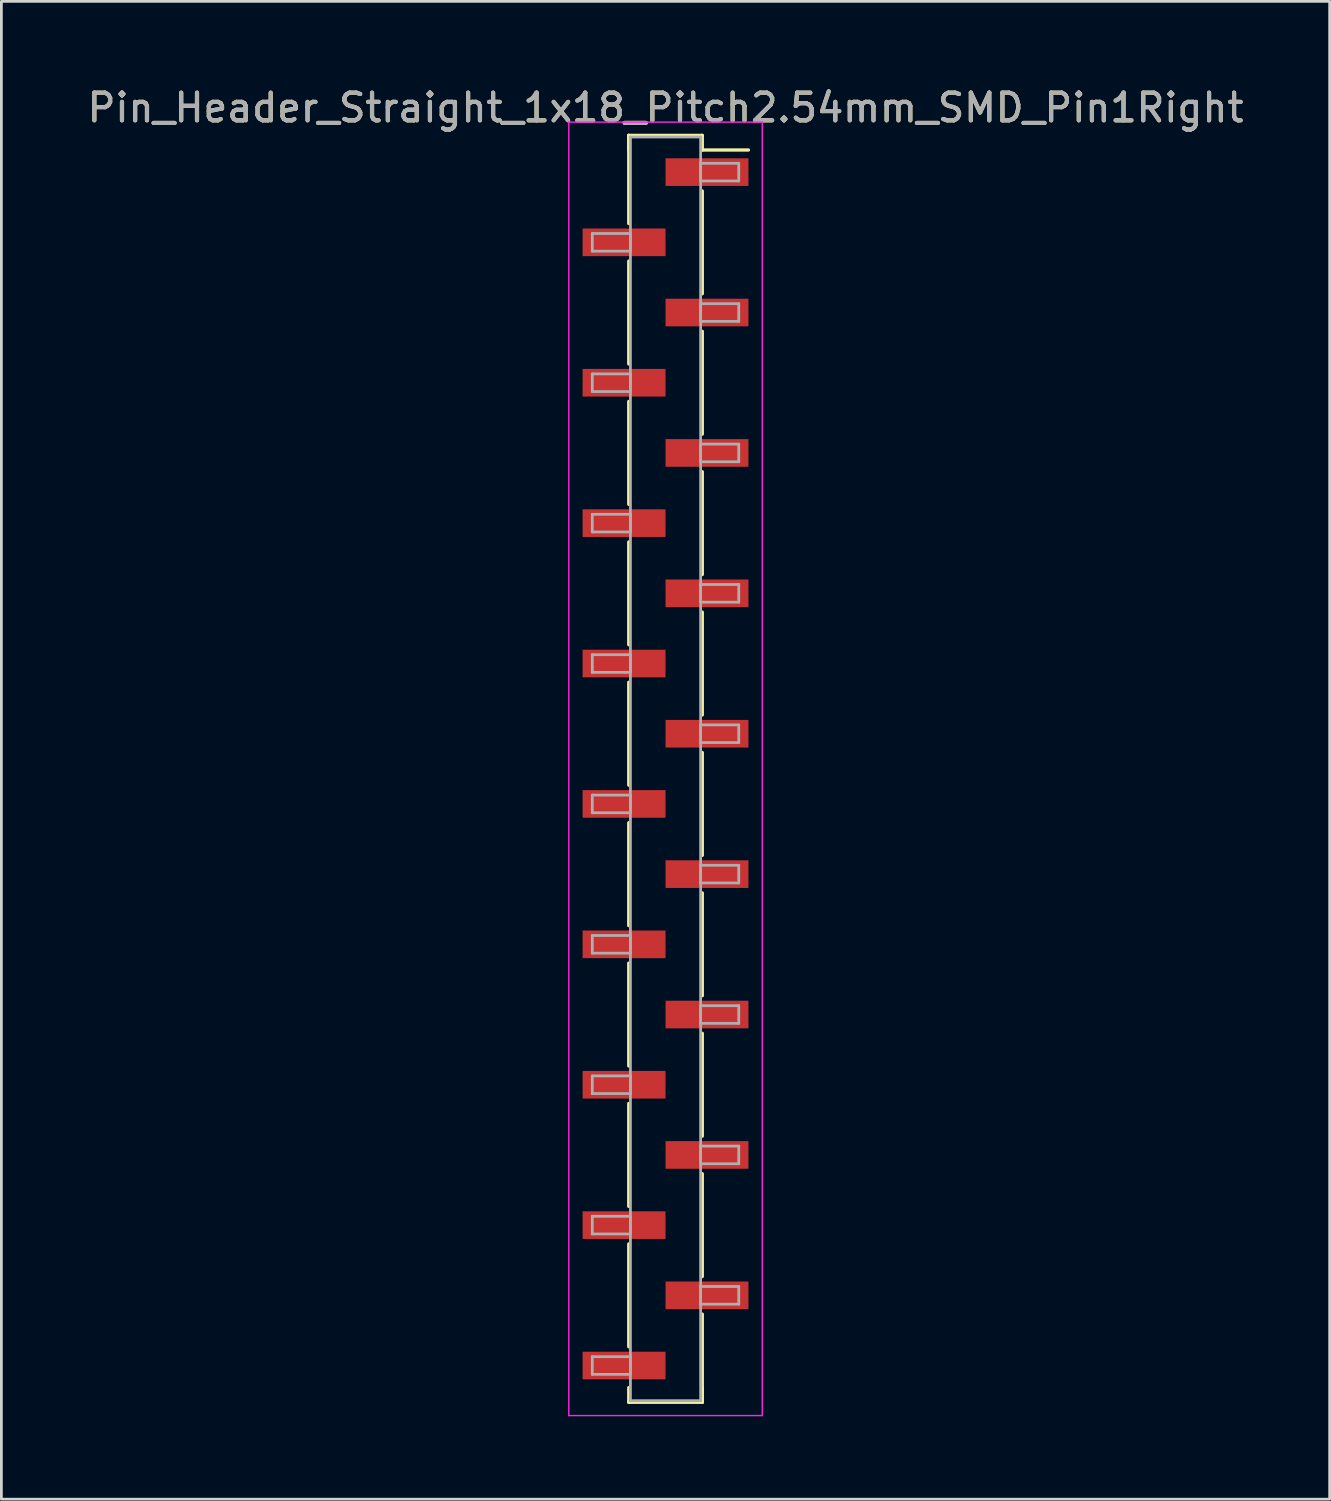
<source format=kicad_pcb>
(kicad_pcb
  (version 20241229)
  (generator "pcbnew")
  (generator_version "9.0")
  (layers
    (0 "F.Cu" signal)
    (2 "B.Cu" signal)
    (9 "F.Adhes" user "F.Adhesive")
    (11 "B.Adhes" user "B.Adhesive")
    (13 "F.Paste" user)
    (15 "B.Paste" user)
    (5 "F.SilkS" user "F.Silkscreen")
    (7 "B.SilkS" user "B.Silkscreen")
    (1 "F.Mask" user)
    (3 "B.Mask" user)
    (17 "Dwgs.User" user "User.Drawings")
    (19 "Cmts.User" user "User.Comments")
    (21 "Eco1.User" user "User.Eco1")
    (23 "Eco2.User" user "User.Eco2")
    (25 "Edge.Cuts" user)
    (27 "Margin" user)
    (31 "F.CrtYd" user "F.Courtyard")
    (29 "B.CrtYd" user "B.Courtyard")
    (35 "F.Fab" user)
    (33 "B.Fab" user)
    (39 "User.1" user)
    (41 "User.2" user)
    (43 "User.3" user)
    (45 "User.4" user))
  (footprint "Pin_Header_Straight_1x18_Pitch2.54mm_SMD_Pin1Right"
    (layer "F.Cu")
    (at 21.03 24.768)
    (property "Reference" "Pin_Header_Straight_1x18_Pitch2.54mm_SMD_Pin1Right" (at 0 -23.92 0) (layer "F.SilkS") (effects (font (size 1 1) (thickness 0.15))))
    (attr smd)
    (fp_line (start -1.33 -22.92) (end -1.33 -19.73) (stroke (width 0.12) (type solid)) (layer "F.SilkS"))
    (fp_line (start -1.33 -22.92) (end 1.33 -22.92) (stroke (width 0.12) (type solid)) (layer "F.SilkS"))
    (fp_line (start -1.33 -22.39) (end -1.33 -22.92) (stroke (width 0.12) (type solid)) (layer "F.SilkS"))
    (fp_line (start -1.33 -18.37) (end -1.33 -14.65) (stroke (width 0.12) (type solid)) (layer "F.SilkS"))
    (fp_line (start -1.33 -13.29) (end -1.33 -9.57) (stroke (width 0.12) (type solid)) (layer "F.SilkS"))
    (fp_line (start -1.33 -8.21) (end -1.33 -4.49) (stroke (width 0.12) (type solid)) (layer "F.SilkS"))
    (fp_line (start -1.33 -3.13) (end -1.33 0.59) (stroke (width 0.12) (type solid)) (layer "F.SilkS"))
    (fp_line (start -1.33 1.95) (end -1.33 5.67) (stroke (width 0.12) (type solid)) (layer "F.SilkS"))
    (fp_line (start -1.33 7.03) (end -1.33 10.75) (stroke (width 0.12) (type solid)) (layer "F.SilkS"))
    (fp_line (start -1.33 12.11) (end -1.33 15.83) (stroke (width 0.12) (type solid)) (layer "F.SilkS"))
    (fp_line (start -1.33 17.19) (end -1.33 20.91) (stroke (width 0.12) (type solid)) (layer "F.SilkS"))
    (fp_line (start -1.33 22.39) (end -1.33 22.92) (stroke (width 0.12) (type solid)) (layer "F.SilkS"))
    (fp_line (start -1.33 22.92) (end 1.33 22.92) (stroke (width 0.12) (type solid)) (layer "F.SilkS"))
    (fp_line (start 1.33 -22.92) (end 1.33 -22.39) (stroke (width 0.12) (type solid)) (layer "F.SilkS"))
    (fp_line (start 1.33 -22.39) (end 3 -22.39) (stroke (width 0.12) (type solid)) (layer "F.SilkS"))
    (fp_line (start 1.33 -20.91) (end 1.33 -17.19) (stroke (width 0.12) (type solid)) (layer "F.SilkS"))
    (fp_line (start 1.33 -15.83) (end 1.33 -12.11) (stroke (width 0.12) (type solid)) (layer "F.SilkS"))
    (fp_line (start 1.33 -10.75) (end 1.33 -7.03) (stroke (width 0.12) (type solid)) (layer "F.SilkS"))
    (fp_line (start 1.33 -5.67) (end 1.33 -1.95) (stroke (width 0.12) (type solid)) (layer "F.SilkS"))
    (fp_line (start 1.33 -0.59) (end 1.33 3.13) (stroke (width 0.12) (type solid)) (layer "F.SilkS"))
    (fp_line (start 1.33 4.49) (end 1.33 8.21) (stroke (width 0.12) (type solid)) (layer "F.SilkS"))
    (fp_line (start 1.33 9.57) (end 1.33 13.29) (stroke (width 0.12) (type solid)) (layer "F.SilkS"))
    (fp_line (start 1.33 14.65) (end 1.33 18.37) (stroke (width 0.12) (type solid)) (layer "F.SilkS"))
    (fp_line (start 1.33 19.73) (end 1.33 22.92) (stroke (width 0.12) (type solid)) (layer "F.SilkS"))
    (fp_line (start 1.33 22.92) (end 1.33 22.39) (stroke (width 0.12) (type solid)) (layer "F.SilkS"))
    (fp_line (start -3.5 -23.4) (end -3.5 23.4) (stroke (width 0.05) (type solid)) (layer "F.CrtYd"))
    (fp_line (start -3.5 23.4) (end 3.5 23.4) (stroke (width 0.05) (type solid)) (layer "F.CrtYd"))
    (fp_line (start 3.5 -23.4) (end -3.5 -23.4) (stroke (width 0.05) (type solid)) (layer "F.CrtYd"))
    (fp_line (start 3.5 23.4) (end 3.5 -23.4) (stroke (width 0.05) (type solid)) (layer "F.CrtYd"))
    (fp_line (start -2.65 -19.37) (end -1.27 -19.37) (stroke (width 0.1) (type solid)) (layer "F.Fab"))
    (fp_line (start -2.65 -18.73) (end -2.65 -19.37) (stroke (width 0.1) (type solid)) (layer "F.Fab"))
    (fp_line (start -2.65 -14.29) (end -1.27 -14.29) (stroke (width 0.1) (type solid)) (layer "F.Fab"))
    (fp_line (start -2.65 -13.65) (end -2.65 -14.29) (stroke (width 0.1) (type solid)) (layer "F.Fab"))
    (fp_line (start -2.65 -9.21) (end -1.27 -9.21) (stroke (width 0.1) (type solid)) (layer "F.Fab"))
    (fp_line (start -2.65 -8.57) (end -2.65 -9.21) (stroke (width 0.1) (type solid)) (layer "F.Fab"))
    (fp_line (start -2.65 -4.13) (end -1.27 -4.13) (stroke (width 0.1) (type solid)) (layer "F.Fab"))
    (fp_line (start -2.65 -3.49) (end -2.65 -4.13) (stroke (width 0.1) (type solid)) (layer "F.Fab"))
    (fp_line (start -2.65 0.95) (end -1.27 0.95) (stroke (width 0.1) (type solid)) (layer "F.Fab"))
    (fp_line (start -2.65 1.59) (end -2.65 0.95) (stroke (width 0.1) (type solid)) (layer "F.Fab"))
    (fp_line (start -2.65 6.03) (end -1.27 6.03) (stroke (width 0.1) (type solid)) (layer "F.Fab"))
    (fp_line (start -2.65 6.67) (end -2.65 6.03) (stroke (width 0.1) (type solid)) (layer "F.Fab"))
    (fp_line (start -2.65 11.11) (end -1.27 11.11) (stroke (width 0.1) (type solid)) (layer "F.Fab"))
    (fp_line (start -2.65 11.75) (end -2.65 11.11) (stroke (width 0.1) (type solid)) (layer "F.Fab"))
    (fp_line (start -2.65 16.19) (end -1.27 16.19) (stroke (width 0.1) (type solid)) (layer "F.Fab"))
    (fp_line (start -2.65 16.83) (end -2.65 16.19) (stroke (width 0.1) (type solid)) (layer "F.Fab"))
    (fp_line (start -2.65 21.27) (end -1.27 21.27) (stroke (width 0.1) (type solid)) (layer "F.Fab"))
    (fp_line (start -2.65 21.91) (end -2.65 21.27) (stroke (width 0.1) (type solid)) (layer "F.Fab"))
    (fp_line (start -1.27 -22.86) (end -1.27 22.86) (stroke (width 0.1) (type solid)) (layer "F.Fab"))
    (fp_line (start -1.27 -19.37) (end -1.27 -18.73) (stroke (width 0.1) (type solid)) (layer "F.Fab"))
    (fp_line (start -1.27 -18.73) (end -2.65 -18.73) (stroke (width 0.1) (type solid)) (layer "F.Fab"))
    (fp_line (start -1.27 -14.29) (end -1.27 -13.65) (stroke (width 0.1) (type solid)) (layer "F.Fab"))
    (fp_line (start -1.27 -13.65) (end -2.65 -13.65) (stroke (width 0.1) (type solid)) (layer "F.Fab"))
    (fp_line (start -1.27 -9.21) (end -1.27 -8.57) (stroke (width 0.1) (type solid)) (layer "F.Fab"))
    (fp_line (start -1.27 -8.57) (end -2.65 -8.57) (stroke (width 0.1) (type solid)) (layer "F.Fab"))
    (fp_line (start -1.27 -4.13) (end -1.27 -3.49) (stroke (width 0.1) (type solid)) (layer "F.Fab"))
    (fp_line (start -1.27 -3.49) (end -2.65 -3.49) (stroke (width 0.1) (type solid)) (layer "F.Fab"))
    (fp_line (start -1.27 0.95) (end -1.27 1.59) (stroke (width 0.1) (type solid)) (layer "F.Fab"))
    (fp_line (start -1.27 1.59) (end -2.65 1.59) (stroke (width 0.1) (type solid)) (layer "F.Fab"))
    (fp_line (start -1.27 6.03) (end -1.27 6.67) (stroke (width 0.1) (type solid)) (layer "F.Fab"))
    (fp_line (start -1.27 6.67) (end -2.65 6.67) (stroke (width 0.1) (type solid)) (layer "F.Fab"))
    (fp_line (start -1.27 11.11) (end -1.27 11.75) (stroke (width 0.1) (type solid)) (layer "F.Fab"))
    (fp_line (start -1.27 11.75) (end -2.65 11.75) (stroke (width 0.1) (type solid)) (layer "F.Fab"))
    (fp_line (start -1.27 16.19) (end -1.27 16.83) (stroke (width 0.1) (type solid)) (layer "F.Fab"))
    (fp_line (start -1.27 16.83) (end -2.65 16.83) (stroke (width 0.1) (type solid)) (layer "F.Fab"))
    (fp_line (start -1.27 21.27) (end -1.27 21.91) (stroke (width 0.1) (type solid)) (layer "F.Fab"))
    (fp_line (start -1.27 21.91) (end -2.65 21.91) (stroke (width 0.1) (type solid)) (layer "F.Fab"))
    (fp_line (start -1.27 22.86) (end 1.27 22.86) (stroke (width 0.1) (type solid)) (layer "F.Fab"))
    (fp_line (start 1.27 -22.86) (end -1.27 -22.86) (stroke (width 0.1) (type solid)) (layer "F.Fab"))
    (fp_line (start 1.27 -21.91) (end 1.27 -21.27) (stroke (width 0.1) (type solid)) (layer "F.Fab"))
    (fp_line (start 1.27 -21.27) (end 2.65 -21.27) (stroke (width 0.1) (type solid)) (layer "F.Fab"))
    (fp_line (start 1.27 -16.83) (end 1.27 -16.19) (stroke (width 0.1) (type solid)) (layer "F.Fab"))
    (fp_line (start 1.27 -16.19) (end 2.65 -16.19) (stroke (width 0.1) (type solid)) (layer "F.Fab"))
    (fp_line (start 1.27 -11.75) (end 1.27 -11.11) (stroke (width 0.1) (type solid)) (layer "F.Fab"))
    (fp_line (start 1.27 -11.11) (end 2.65 -11.11) (stroke (width 0.1) (type solid)) (layer "F.Fab"))
    (fp_line (start 1.27 -6.67) (end 1.27 -6.03) (stroke (width 0.1) (type solid)) (layer "F.Fab"))
    (fp_line (start 1.27 -6.03) (end 2.65 -6.03) (stroke (width 0.1) (type solid)) (layer "F.Fab"))
    (fp_line (start 1.27 -1.59) (end 1.27 -0.95) (stroke (width 0.1) (type solid)) (layer "F.Fab"))
    (fp_line (start 1.27 -0.95) (end 2.65 -0.95) (stroke (width 0.1) (type solid)) (layer "F.Fab"))
    (fp_line (start 1.27 3.49) (end 1.27 4.13) (stroke (width 0.1) (type solid)) (layer "F.Fab"))
    (fp_line (start 1.27 4.13) (end 2.65 4.13) (stroke (width 0.1) (type solid)) (layer "F.Fab"))
    (fp_line (start 1.27 8.57) (end 1.27 9.21) (stroke (width 0.1) (type solid)) (layer "F.Fab"))
    (fp_line (start 1.27 9.21) (end 2.65 9.21) (stroke (width 0.1) (type solid)) (layer "F.Fab"))
    (fp_line (start 1.27 13.65) (end 1.27 14.29) (stroke (width 0.1) (type solid)) (layer "F.Fab"))
    (fp_line (start 1.27 14.29) (end 2.65 14.29) (stroke (width 0.1) (type solid)) (layer "F.Fab"))
    (fp_line (start 1.27 18.73) (end 1.27 19.37) (stroke (width 0.1) (type solid)) (layer "F.Fab"))
    (fp_line (start 1.27 19.37) (end 2.65 19.37) (stroke (width 0.1) (type solid)) (layer "F.Fab"))
    (fp_line (start 1.27 22.86) (end 1.27 -22.86) (stroke (width 0.1) (type solid)) (layer "F.Fab"))
    (fp_line (start 2.65 -21.91) (end 1.27 -21.91) (stroke (width 0.1) (type solid)) (layer "F.Fab"))
    (fp_line (start 2.65 -21.27) (end 2.65 -21.91) (stroke (width 0.1) (type solid)) (layer "F.Fab"))
    (fp_line (start 2.65 -16.83) (end 1.27 -16.83) (stroke (width 0.1) (type solid)) (layer "F.Fab"))
    (fp_line (start 2.65 -16.19) (end 2.65 -16.83) (stroke (width 0.1) (type solid)) (layer "F.Fab"))
    (fp_line (start 2.65 -11.75) (end 1.27 -11.75) (stroke (width 0.1) (type solid)) (layer "F.Fab"))
    (fp_line (start 2.65 -11.11) (end 2.65 -11.75) (stroke (width 0.1) (type solid)) (layer "F.Fab"))
    (fp_line (start 2.65 -6.67) (end 1.27 -6.67) (stroke (width 0.1) (type solid)) (layer "F.Fab"))
    (fp_line (start 2.65 -6.03) (end 2.65 -6.67) (stroke (width 0.1) (type solid)) (layer "F.Fab"))
    (fp_line (start 2.65 -1.59) (end 1.27 -1.59) (stroke (width 0.1) (type solid)) (layer "F.Fab"))
    (fp_line (start 2.65 -0.95) (end 2.65 -1.59) (stroke (width 0.1) (type solid)) (layer "F.Fab"))
    (fp_line (start 2.65 3.49) (end 1.27 3.49) (stroke (width 0.1) (type solid)) (layer "F.Fab"))
    (fp_line (start 2.65 4.13) (end 2.65 3.49) (stroke (width 0.1) (type solid)) (layer "F.Fab"))
    (fp_line (start 2.65 8.57) (end 1.27 8.57) (stroke (width 0.1) (type solid)) (layer "F.Fab"))
    (fp_line (start 2.65 9.21) (end 2.65 8.57) (stroke (width 0.1) (type solid)) (layer "F.Fab"))
    (fp_line (start 2.65 13.65) (end 1.27 13.65) (stroke (width 0.1) (type solid)) (layer "F.Fab"))
    (fp_line (start 2.65 14.29) (end 2.65 13.65) (stroke (width 0.1) (type solid)) (layer "F.Fab"))
    (fp_line (start 2.65 18.73) (end 1.27 18.73) (stroke (width 0.1) (type solid)) (layer "F.Fab"))
    (fp_line (start 2.65 19.37) (end 2.65 18.73) (stroke (width 0.1) (type solid)) (layer "F.Fab"))
    (fp_text user "${REFERENCE}" (at 0 -23.92 0) (layer "F.Fab") (effects (font (size 1 1) (thickness 0.15))))
    (pad "1" smd rect (at 1.5 -21.59) (size 3 1) (layers "F.Cu" "F.Mask" "F.Paste"))
    (pad "2" smd rect (at -1.5 -19.05) (size 3 1) (layers "F.Cu" "F.Mask" "F.Paste"))
    (pad "3" smd rect (at 1.5 -16.51) (size 3 1) (layers "F.Cu" "F.Mask" "F.Paste"))
    (pad "4" smd rect (at -1.5 -13.97) (size 3 1) (layers "F.Cu" "F.Mask" "F.Paste"))
    (pad "5" smd rect (at 1.5 -11.43) (size 3 1) (layers "F.Cu" "F.Mask" "F.Paste"))
    (pad "6" smd rect (at -1.5 -8.89) (size 3 1) (layers "F.Cu" "F.Mask" "F.Paste"))
    (pad "7" smd rect (at 1.5 -6.35) (size 3 1) (layers "F.Cu" "F.Mask" "F.Paste"))
    (pad "8" smd rect (at -1.5 -3.81) (size 3 1) (layers "F.Cu" "F.Mask" "F.Paste"))
    (pad "9" smd rect (at 1.5 -1.27) (size 3 1) (layers "F.Cu" "F.Mask" "F.Paste"))
    (pad "10" smd rect (at -1.5 1.27) (size 3 1) (layers "F.Cu" "F.Mask" "F.Paste"))
    (pad "11" smd rect (at 1.5 3.81) (size 3 1) (layers "F.Cu" "F.Mask" "F.Paste"))
    (pad "12" smd rect (at -1.5 6.35) (size 3 1) (layers "F.Cu" "F.Mask" "F.Paste"))
    (pad "13" smd rect (at 1.5 8.89) (size 3 1) (layers "F.Cu" "F.Mask" "F.Paste"))
    (pad "14" smd rect (at -1.5 11.43) (size 3 1) (layers "F.Cu" "F.Mask" "F.Paste"))
    (pad "15" smd rect (at 1.5 13.97) (size 3 1) (layers "F.Cu" "F.Mask" "F.Paste"))
    (pad "16" smd rect (at -1.5 16.51) (size 3 1) (layers "F.Cu" "F.Mask" "F.Paste"))
    (pad "17" smd rect (at 1.5 19.05) (size 3 1) (layers "F.Cu" "F.Mask" "F.Paste"))
    (pad "18" smd rect (at -1.5 21.59) (size 3 1) (layers "F.Cu" "F.Mask" "F.Paste")))
  (gr_rect
    (start -3 -3)
    (end 45.06 51.193)
    (stroke (width 0.1) (type default))
    (fill no)
    (layer "Edge.Cuts")))
</source>
